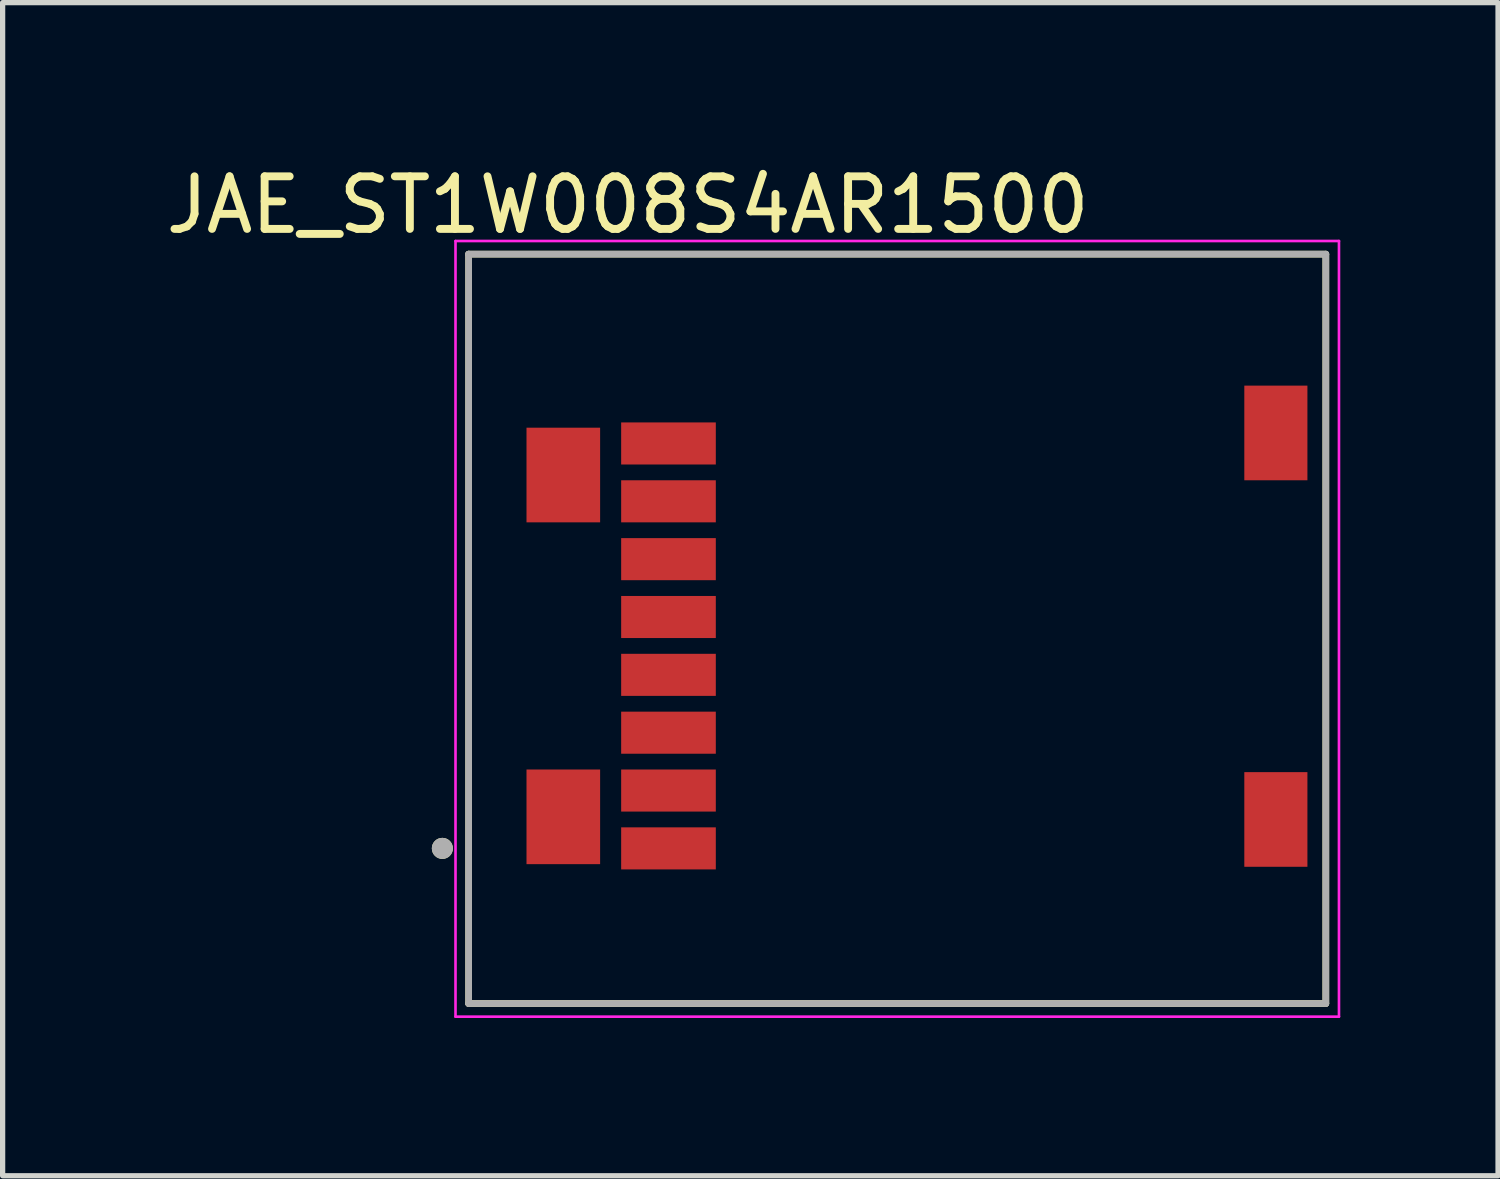
<source format=kicad_pcb>
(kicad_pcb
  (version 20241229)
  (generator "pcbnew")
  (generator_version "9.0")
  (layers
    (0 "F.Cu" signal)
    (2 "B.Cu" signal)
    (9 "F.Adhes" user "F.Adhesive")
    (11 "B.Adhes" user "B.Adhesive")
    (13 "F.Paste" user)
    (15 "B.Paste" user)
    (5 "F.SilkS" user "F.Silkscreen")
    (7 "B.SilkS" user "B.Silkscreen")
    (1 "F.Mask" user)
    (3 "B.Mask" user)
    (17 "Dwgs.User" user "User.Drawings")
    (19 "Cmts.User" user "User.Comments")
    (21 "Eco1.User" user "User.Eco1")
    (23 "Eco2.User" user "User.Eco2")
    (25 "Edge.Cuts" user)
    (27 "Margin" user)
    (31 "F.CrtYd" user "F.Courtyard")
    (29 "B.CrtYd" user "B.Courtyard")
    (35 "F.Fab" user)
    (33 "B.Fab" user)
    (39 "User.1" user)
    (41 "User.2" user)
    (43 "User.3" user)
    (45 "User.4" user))
  (footprint "JAE_ST1W008S4AR1500"
    (layer "F.Cu")
    (at 13.662 9.233)
    (property "Reference" "JAE_ST1W008S4AR1500" (at -4.775 -8.385 0) (layer "F.SilkS") (effects (font (size 1 1) (thickness 0.15))))
    (attr through_hole)
    (fp_line (start -7.8 -7.45) (end 8.5 -7.45) (stroke (width 0.127) (type solid)) (layer "F.SilkS"))
    (fp_line (start -7.8 6.8) (end -7.8 -7.45) (stroke (width 0.127) (type solid)) (layer "F.SilkS"))
    (fp_line (start 8.5 -7.45) (end 8.5 6.8) (stroke (width 0.127) (type solid)) (layer "F.SilkS"))
    (fp_line (start 8.5 6.8) (end -7.8 6.8) (stroke (width 0.127) (type solid)) (layer "F.SilkS"))
    (fp_circle (center -8.3 3.85) (end -8.2 3.85) (stroke (width 0.2) (type solid)) (fill no) (layer "F.SilkS"))
    (fp_line (start -8.05 -7.7) (end 8.75 -7.7) (stroke (width 0.05) (type solid)) (layer "F.CrtYd"))
    (fp_line (start -8.05 7.05) (end -8.05 -7.7) (stroke (width 0.05) (type solid)) (layer "F.CrtYd"))
    (fp_line (start 8.75 -7.7) (end 8.75 7.05) (stroke (width 0.05) (type solid)) (layer "F.CrtYd"))
    (fp_line (start 8.75 7.05) (end -8.05 7.05) (stroke (width 0.05) (type solid)) (layer "F.CrtYd"))
    (fp_line (start -7.8 -7.45) (end 8.5 -7.45) (stroke (width 0.127) (type solid)) (layer "F.Fab"))
    (fp_line (start -7.8 6.8) (end -7.8 -7.45) (stroke (width 0.127) (type solid)) (layer "F.Fab"))
    (fp_line (start 8.5 -7.45) (end 8.5 6.8) (stroke (width 0.127) (type solid)) (layer "F.Fab"))
    (fp_line (start 8.5 6.8) (end -7.8 6.8) (stroke (width 0.127) (type solid)) (layer "F.Fab"))
    (fp_circle (center -8.3 3.85) (end -8.2 3.85) (stroke (width 0.2) (type solid)) (fill no) (layer "F.Fab"))
    (pad "1" smd rect (at -4 3.85) (size 1.8 0.8) (layers "F.Cu" "F.Mask" "F.Paste"))
    (pad "2" smd rect (at -4 2.75) (size 1.8 0.8) (layers "F.Cu" "F.Mask" "F.Paste"))
    (pad "3" smd rect (at -4 1.65) (size 1.8 0.8) (layers "F.Cu" "F.Mask" "F.Paste"))
    (pad "4" smd rect (at -4 0.55) (size 1.8 0.8) (layers "F.Cu" "F.Mask" "F.Paste"))
    (pad "5" smd rect (at -4 -0.55) (size 1.8 0.8) (layers "F.Cu" "F.Mask" "F.Paste"))
    (pad "6" smd rect (at -4 -1.65) (size 1.8 0.8) (layers "F.Cu" "F.Mask" "F.Paste"))
    (pad "7" smd rect (at -4 -2.75) (size 1.8 0.8) (layers "F.Cu" "F.Mask" "F.Paste"))
    (pad "8" smd rect (at -4 -3.85) (size 1.8 0.8) (layers "F.Cu" "F.Mask" "F.Paste"))
    (pad "GND1" smd rect (at 7.55 3.3) (size 1.2 1.8) (layers "F.Cu" "F.Mask" "F.Paste"))
    (pad "GND2" smd rect (at 7.55 -4.05) (size 1.2 1.8) (layers "F.Cu" "F.Mask" "F.Paste"))
    (pad "GND3" smd rect (at -6 3.25) (size 1.4 1.8) (layers "F.Cu" "F.Mask" "F.Paste"))
    (pad "GND4" smd rect (at -6 -3.25) (size 1.4 1.8) (layers "F.Cu" "F.Mask" "F.Paste")))
  (gr_rect
    (start -3 -3)
    (end 25.437 19.308)
    (stroke (width 0.1) (type default))
    (fill no)
    (layer "Edge.Cuts")))
</source>
